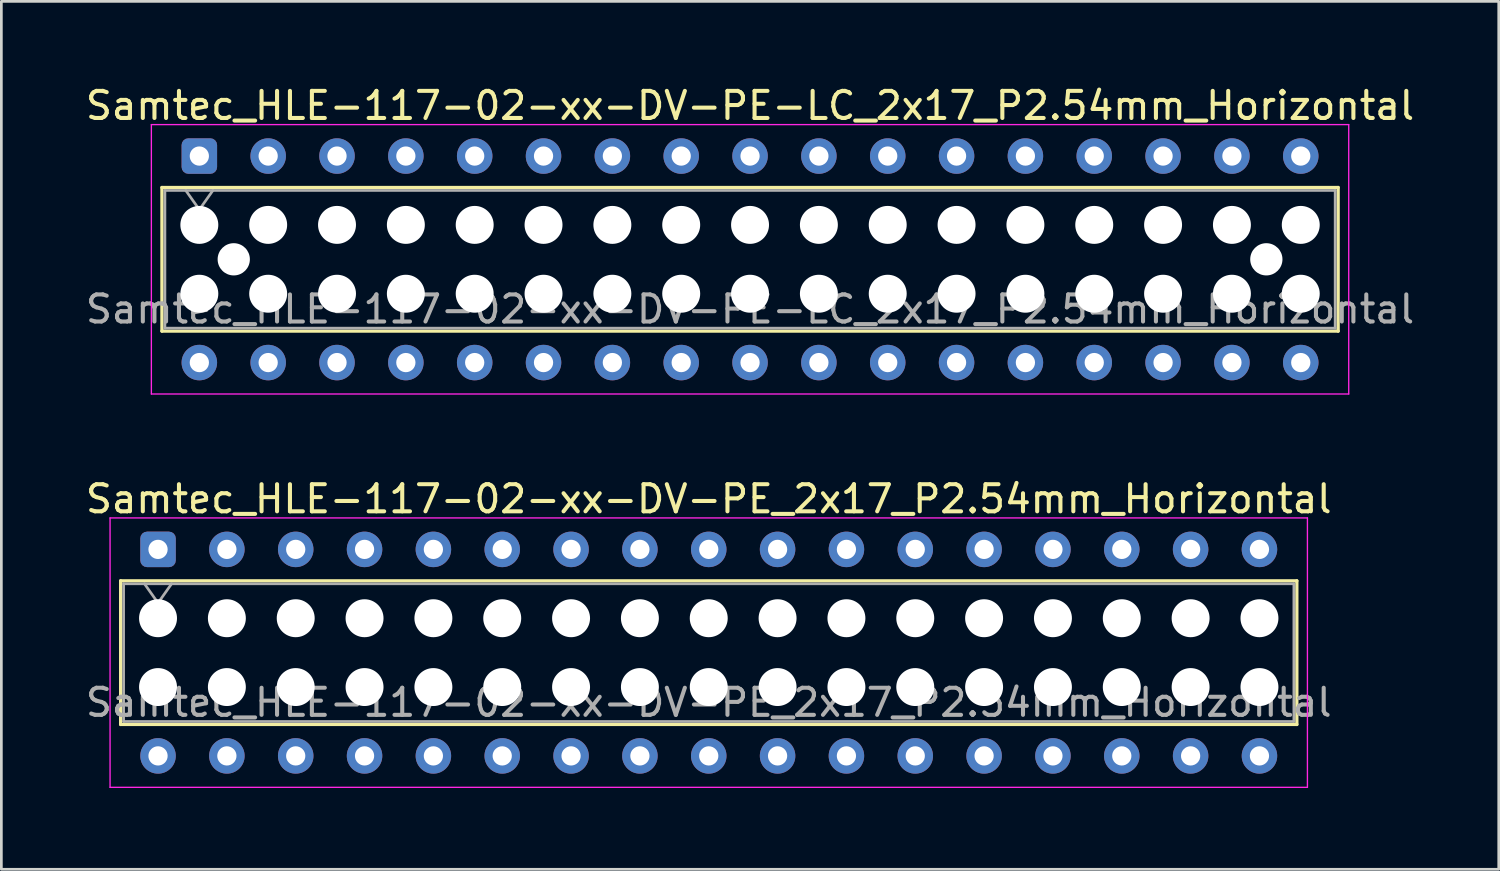
<source format=kicad_pcb>
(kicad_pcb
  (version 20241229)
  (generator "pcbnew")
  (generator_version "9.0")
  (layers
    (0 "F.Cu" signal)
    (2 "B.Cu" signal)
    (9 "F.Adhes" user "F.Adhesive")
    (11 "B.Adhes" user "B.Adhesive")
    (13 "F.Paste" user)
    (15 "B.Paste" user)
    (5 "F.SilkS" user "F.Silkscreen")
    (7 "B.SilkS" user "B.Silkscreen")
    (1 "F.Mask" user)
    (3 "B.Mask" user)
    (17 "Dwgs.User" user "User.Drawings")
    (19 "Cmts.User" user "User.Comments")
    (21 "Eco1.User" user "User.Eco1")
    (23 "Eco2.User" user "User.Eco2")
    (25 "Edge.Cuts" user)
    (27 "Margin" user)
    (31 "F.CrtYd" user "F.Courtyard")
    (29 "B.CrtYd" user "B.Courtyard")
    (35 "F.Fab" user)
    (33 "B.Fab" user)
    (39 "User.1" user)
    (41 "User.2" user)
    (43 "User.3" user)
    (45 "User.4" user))
  (footprint "Samtec_HLE-117-02-xx-DV-PE_2x17_P2.54mm_Horizontal"
    (layer "F.Cu")
    (at 2.781 17.221)
    (property "Reference" "Samtec_HLE-117-02-xx-DV-PE_2x17_P2.54mm_Horizontal" (at 20.32 -1.86 0) (layer "F.SilkS") (effects (font (size 1 1) (thickness 0.15))))
    (attr through_hole)
    (fp_line (start -1.38 1.16) (end 42.02 1.16) (stroke (width 0.12) (type solid)) (layer "F.SilkS"))
    (fp_line (start -1.38 6.46) (end -1.38 1.16) (stroke (width 0.12) (type solid)) (layer "F.SilkS"))
    (fp_line (start 42.02 1.16) (end 42.02 6.46) (stroke (width 0.12) (type solid)) (layer "F.SilkS"))
    (fp_line (start 42.02 6.46) (end -1.38 6.46) (stroke (width 0.12) (type solid)) (layer "F.SilkS"))
    (fp_line (start -1.77 -1.16) (end 42.41 -1.16) (stroke (width 0.05) (type solid)) (layer "F.CrtYd"))
    (fp_line (start -1.77 8.78) (end -1.77 -1.16) (stroke (width 0.05) (type solid)) (layer "F.CrtYd"))
    (fp_line (start 42.41 -1.16) (end 42.41 8.78) (stroke (width 0.05) (type solid)) (layer "F.CrtYd"))
    (fp_line (start 42.41 8.78) (end -1.77 8.78) (stroke (width 0.05) (type solid)) (layer "F.CrtYd"))
    (fp_line (start -1.27 1.27) (end 41.91 1.27) (stroke (width 0.1) (type solid)) (layer "F.Fab"))
    (fp_line (start -1.27 6.35) (end -1.27 1.27) (stroke (width 0.1) (type solid)) (layer "F.Fab"))
    (fp_line (start -0.5 1.27) (end 0 1.977) (stroke (width 0.1) (type solid)) (layer "F.Fab"))
    (fp_line (start 0 1.977) (end 0.5 1.27) (stroke (width 0.1) (type solid)) (layer "F.Fab"))
    (fp_line (start 41.91 1.27) (end 41.91 6.35) (stroke (width 0.1) (type solid)) (layer "F.Fab"))
    (fp_line (start 41.91 6.35) (end -1.27 6.35) (stroke (width 0.1) (type solid)) (layer "F.Fab"))
    (fp_text user "${REFERENCE}" (at 20.32 5.65 0) (layer "F.Fab") (effects (font (size 1 1) (thickness 0.15))))
    (pad "" np_thru_hole circle (at 0 2.54) (size 1.4 1.4) (drill 1.4) (layers "*.Cu" "*.Mask"))
    (pad "" np_thru_hole circle (at 0 5.08) (size 1.4 1.4) (drill 1.4) (layers "*.Cu" "*.Mask"))
    (pad "" np_thru_hole circle (at 2.54 2.54) (size 1.4 1.4) (drill 1.4) (layers "*.Cu" "*.Mask"))
    (pad "" np_thru_hole circle (at 2.54 5.08) (size 1.4 1.4) (drill 1.4) (layers "*.Cu" "*.Mask"))
    (pad "" np_thru_hole circle (at 5.08 2.54) (size 1.4 1.4) (drill 1.4) (layers "*.Cu" "*.Mask"))
    (pad "" np_thru_hole circle (at 5.08 5.08) (size 1.4 1.4) (drill 1.4) (layers "*.Cu" "*.Mask"))
    (pad "" np_thru_hole circle (at 7.62 2.54) (size 1.4 1.4) (drill 1.4) (layers "*.Cu" "*.Mask"))
    (pad "" np_thru_hole circle (at 7.62 5.08) (size 1.4 1.4) (drill 1.4) (layers "*.Cu" "*.Mask"))
    (pad "" np_thru_hole circle (at 10.16 2.54) (size 1.4 1.4) (drill 1.4) (layers "*.Cu" "*.Mask"))
    (pad "" np_thru_hole circle (at 10.16 5.08) (size 1.4 1.4) (drill 1.4) (layers "*.Cu" "*.Mask"))
    (pad "" np_thru_hole circle (at 12.7 2.54) (size 1.4 1.4) (drill 1.4) (layers "*.Cu" "*.Mask"))
    (pad "" np_thru_hole circle (at 12.7 5.08) (size 1.4 1.4) (drill 1.4) (layers "*.Cu" "*.Mask"))
    (pad "" np_thru_hole circle (at 15.24 2.54) (size 1.4 1.4) (drill 1.4) (layers "*.Cu" "*.Mask"))
    (pad "" np_thru_hole circle (at 15.24 5.08) (size 1.4 1.4) (drill 1.4) (layers "*.Cu" "*.Mask"))
    (pad "" np_thru_hole circle (at 17.78 2.54) (size 1.4 1.4) (drill 1.4) (layers "*.Cu" "*.Mask"))
    (pad "" np_thru_hole circle (at 17.78 5.08) (size 1.4 1.4) (drill 1.4) (layers "*.Cu" "*.Mask"))
    (pad "" np_thru_hole circle (at 20.32 2.54) (size 1.4 1.4) (drill 1.4) (layers "*.Cu" "*.Mask"))
    (pad "" np_thru_hole circle (at 20.32 5.08) (size 1.4 1.4) (drill 1.4) (layers "*.Cu" "*.Mask"))
    (pad "" np_thru_hole circle (at 22.86 2.54) (size 1.4 1.4) (drill 1.4) (layers "*.Cu" "*.Mask"))
    (pad "" np_thru_hole circle (at 22.86 5.08) (size 1.4 1.4) (drill 1.4) (layers "*.Cu" "*.Mask"))
    (pad "" np_thru_hole circle (at 25.4 2.54) (size 1.4 1.4) (drill 1.4) (layers "*.Cu" "*.Mask"))
    (pad "" np_thru_hole circle (at 25.4 5.08) (size 1.4 1.4) (drill 1.4) (layers "*.Cu" "*.Mask"))
    (pad "" np_thru_hole circle (at 27.94 2.54) (size 1.4 1.4) (drill 1.4) (layers "*.Cu" "*.Mask"))
    (pad "" np_thru_hole circle (at 27.94 5.08) (size 1.4 1.4) (drill 1.4) (layers "*.Cu" "*.Mask"))
    (pad "" np_thru_hole circle (at 30.48 2.54) (size 1.4 1.4) (drill 1.4) (layers "*.Cu" "*.Mask"))
    (pad "" np_thru_hole circle (at 30.48 5.08) (size 1.4 1.4) (drill 1.4) (layers "*.Cu" "*.Mask"))
    (pad "" np_thru_hole circle (at 33.02 2.54) (size 1.4 1.4) (drill 1.4) (layers "*.Cu" "*.Mask"))
    (pad "" np_thru_hole circle (at 33.02 5.08) (size 1.4 1.4) (drill 1.4) (layers "*.Cu" "*.Mask"))
    (pad "" np_thru_hole circle (at 35.56 2.54) (size 1.4 1.4) (drill 1.4) (layers "*.Cu" "*.Mask"))
    (pad "" np_thru_hole circle (at 35.56 5.08) (size 1.4 1.4) (drill 1.4) (layers "*.Cu" "*.Mask"))
    (pad "" np_thru_hole circle (at 38.1 2.54) (size 1.4 1.4) (drill 1.4) (layers "*.Cu" "*.Mask"))
    (pad "" np_thru_hole circle (at 38.1 5.08) (size 1.4 1.4) (drill 1.4) (layers "*.Cu" "*.Mask"))
    (pad "" np_thru_hole circle (at 40.64 2.54) (size 1.4 1.4) (drill 1.4) (layers "*.Cu" "*.Mask"))
    (pad "" np_thru_hole circle (at 40.64 5.08) (size 1.4 1.4) (drill 1.4) (layers "*.Cu" "*.Mask"))
    (pad "1" thru_hole roundrect (at 0 0) (size 1.31 1.31) (drill 0.71) (layers "*.Cu" "*.Mask") (roundrect_rratio 0.191))
    (pad "2" thru_hole circle (at 0 7.62) (size 1.31 1.31) (drill 0.71) (layers "*.Cu" "*.Mask"))
    (pad "3" thru_hole circle (at 2.54 0) (size 1.31 1.31) (drill 0.71) (layers "*.Cu" "*.Mask"))
    (pad "4" thru_hole circle (at 2.54 7.62) (size 1.31 1.31) (drill 0.71) (layers "*.Cu" "*.Mask"))
    (pad "5" thru_hole circle (at 5.08 0) (size 1.31 1.31) (drill 0.71) (layers "*.Cu" "*.Mask"))
    (pad "6" thru_hole circle (at 5.08 7.62) (size 1.31 1.31) (drill 0.71) (layers "*.Cu" "*.Mask"))
    (pad "7" thru_hole circle (at 7.62 0) (size 1.31 1.31) (drill 0.71) (layers "*.Cu" "*.Mask"))
    (pad "8" thru_hole circle (at 7.62 7.62) (size 1.31 1.31) (drill 0.71) (layers "*.Cu" "*.Mask"))
    (pad "9" thru_hole circle (at 10.16 0) (size 1.31 1.31) (drill 0.71) (layers "*.Cu" "*.Mask"))
    (pad "10" thru_hole circle (at 10.16 7.62) (size 1.31 1.31) (drill 0.71) (layers "*.Cu" "*.Mask"))
    (pad "11" thru_hole circle (at 12.7 0) (size 1.31 1.31) (drill 0.71) (layers "*.Cu" "*.Mask"))
    (pad "12" thru_hole circle (at 12.7 7.62) (size 1.31 1.31) (drill 0.71) (layers "*.Cu" "*.Mask"))
    (pad "13" thru_hole circle (at 15.24 0) (size 1.31 1.31) (drill 0.71) (layers "*.Cu" "*.Mask"))
    (pad "14" thru_hole circle (at 15.24 7.62) (size 1.31 1.31) (drill 0.71) (layers "*.Cu" "*.Mask"))
    (pad "15" thru_hole circle (at 17.78 0) (size 1.31 1.31) (drill 0.71) (layers "*.Cu" "*.Mask"))
    (pad "16" thru_hole circle (at 17.78 7.62) (size 1.31 1.31) (drill 0.71) (layers "*.Cu" "*.Mask"))
    (pad "17" thru_hole circle (at 20.32 0) (size 1.31 1.31) (drill 0.71) (layers "*.Cu" "*.Mask"))
    (pad "18" thru_hole circle (at 20.32 7.62) (size 1.31 1.31) (drill 0.71) (layers "*.Cu" "*.Mask"))
    (pad "19" thru_hole circle (at 22.86 0) (size 1.31 1.31) (drill 0.71) (layers "*.Cu" "*.Mask"))
    (pad "20" thru_hole circle (at 22.86 7.62) (size 1.31 1.31) (drill 0.71) (layers "*.Cu" "*.Mask"))
    (pad "21" thru_hole circle (at 25.4 0) (size 1.31 1.31) (drill 0.71) (layers "*.Cu" "*.Mask"))
    (pad "22" thru_hole circle (at 25.4 7.62) (size 1.31 1.31) (drill 0.71) (layers "*.Cu" "*.Mask"))
    (pad "23" thru_hole circle (at 27.94 0) (size 1.31 1.31) (drill 0.71) (layers "*.Cu" "*.Mask"))
    (pad "24" thru_hole circle (at 27.94 7.62) (size 1.31 1.31) (drill 0.71) (layers "*.Cu" "*.Mask"))
    (pad "25" thru_hole circle (at 30.48 0) (size 1.31 1.31) (drill 0.71) (layers "*.Cu" "*.Mask"))
    (pad "26" thru_hole circle (at 30.48 7.62) (size 1.31 1.31) (drill 0.71) (layers "*.Cu" "*.Mask"))
    (pad "27" thru_hole circle (at 33.02 0) (size 1.31 1.31) (drill 0.71) (layers "*.Cu" "*.Mask"))
    (pad "28" thru_hole circle (at 33.02 7.62) (size 1.31 1.31) (drill 0.71) (layers "*.Cu" "*.Mask"))
    (pad "29" thru_hole circle (at 35.56 0) (size 1.31 1.31) (drill 0.71) (layers "*.Cu" "*.Mask"))
    (pad "30" thru_hole circle (at 35.56 7.62) (size 1.31 1.31) (drill 0.71) (layers "*.Cu" "*.Mask"))
    (pad "31" thru_hole circle (at 38.1 0) (size 1.31 1.31) (drill 0.71) (layers "*.Cu" "*.Mask"))
    (pad "32" thru_hole circle (at 38.1 7.62) (size 1.31 1.31) (drill 0.71) (layers "*.Cu" "*.Mask"))
    (pad "33" thru_hole circle (at 40.64 0) (size 1.31 1.31) (drill 0.71) (layers "*.Cu" "*.Mask"))
    (pad "34" thru_hole circle (at 40.64 7.62) (size 1.31 1.31) (drill 0.71) (layers "*.Cu" "*.Mask")))
  (footprint "Samtec_HLE-117-02-xx-DV-PE-LC_2x17_P2.54mm_Horizontal"
    (layer "F.Cu")
    (at 4.305 2.708)
    (property "Reference" "Samtec_HLE-117-02-xx-DV-PE-LC_2x17_P2.54mm_Horizontal" (at 20.32 -1.86 0) (layer "F.SilkS") (effects (font (size 1 1) (thickness 0.15))))
    (attr through_hole)
    (fp_line (start -1.38 1.16) (end 42.02 1.16) (stroke (width 0.12) (type solid)) (layer "F.SilkS"))
    (fp_line (start -1.38 6.46) (end -1.38 1.16) (stroke (width 0.12) (type solid)) (layer "F.SilkS"))
    (fp_line (start 42.02 1.16) (end 42.02 6.46) (stroke (width 0.12) (type solid)) (layer "F.SilkS"))
    (fp_line (start 42.02 6.46) (end -1.38 6.46) (stroke (width 0.12) (type solid)) (layer "F.SilkS"))
    (fp_line (start -1.77 -1.16) (end 42.41 -1.16) (stroke (width 0.05) (type solid)) (layer "F.CrtYd"))
    (fp_line (start -1.77 8.78) (end -1.77 -1.16) (stroke (width 0.05) (type solid)) (layer "F.CrtYd"))
    (fp_line (start 42.41 -1.16) (end 42.41 8.78) (stroke (width 0.05) (type solid)) (layer "F.CrtYd"))
    (fp_line (start 42.41 8.78) (end -1.77 8.78) (stroke (width 0.05) (type solid)) (layer "F.CrtYd"))
    (fp_line (start -1.27 1.27) (end 41.91 1.27) (stroke (width 0.1) (type solid)) (layer "F.Fab"))
    (fp_line (start -1.27 6.35) (end -1.27 1.27) (stroke (width 0.1) (type solid)) (layer "F.Fab"))
    (fp_line (start -0.5 1.27) (end 0 1.977) (stroke (width 0.1) (type solid)) (layer "F.Fab"))
    (fp_line (start 0 1.977) (end 0.5 1.27) (stroke (width 0.1) (type solid)) (layer "F.Fab"))
    (fp_line (start 41.91 1.27) (end 41.91 6.35) (stroke (width 0.1) (type solid)) (layer "F.Fab"))
    (fp_line (start 41.91 6.35) (end -1.27 6.35) (stroke (width 0.1) (type solid)) (layer "F.Fab"))
    (fp_text user "${REFERENCE}" (at 20.32 5.65 0) (layer "F.Fab") (effects (font (size 1 1) (thickness 0.15))))
    (pad "" np_thru_hole circle (at 0 2.54) (size 1.4 1.4) (drill 1.4) (layers "*.Cu" "*.Mask"))
    (pad "" np_thru_hole circle (at 0 5.08) (size 1.4 1.4) (drill 1.4) (layers "*.Cu" "*.Mask"))
    (pad "" np_thru_hole circle (at 1.27 3.81) (size 1.19 1.19) (drill 1.19) (layers "*.Cu" "*.Mask"))
    (pad "" np_thru_hole circle (at 2.54 2.54) (size 1.4 1.4) (drill 1.4) (layers "*.Cu" "*.Mask"))
    (pad "" np_thru_hole circle (at 2.54 5.08) (size 1.4 1.4) (drill 1.4) (layers "*.Cu" "*.Mask"))
    (pad "" np_thru_hole circle (at 5.08 2.54) (size 1.4 1.4) (drill 1.4) (layers "*.Cu" "*.Mask"))
    (pad "" np_thru_hole circle (at 5.08 5.08) (size 1.4 1.4) (drill 1.4) (layers "*.Cu" "*.Mask"))
    (pad "" np_thru_hole circle (at 7.62 2.54) (size 1.4 1.4) (drill 1.4) (layers "*.Cu" "*.Mask"))
    (pad "" np_thru_hole circle (at 7.62 5.08) (size 1.4 1.4) (drill 1.4) (layers "*.Cu" "*.Mask"))
    (pad "" np_thru_hole circle (at 10.16 2.54) (size 1.4 1.4) (drill 1.4) (layers "*.Cu" "*.Mask"))
    (pad "" np_thru_hole circle (at 10.16 5.08) (size 1.4 1.4) (drill 1.4) (layers "*.Cu" "*.Mask"))
    (pad "" np_thru_hole circle (at 12.7 2.54) (size 1.4 1.4) (drill 1.4) (layers "*.Cu" "*.Mask"))
    (pad "" np_thru_hole circle (at 12.7 5.08) (size 1.4 1.4) (drill 1.4) (layers "*.Cu" "*.Mask"))
    (pad "" np_thru_hole circle (at 15.24 2.54) (size 1.4 1.4) (drill 1.4) (layers "*.Cu" "*.Mask"))
    (pad "" np_thru_hole circle (at 15.24 5.08) (size 1.4 1.4) (drill 1.4) (layers "*.Cu" "*.Mask"))
    (pad "" np_thru_hole circle (at 17.78 2.54) (size 1.4 1.4) (drill 1.4) (layers "*.Cu" "*.Mask"))
    (pad "" np_thru_hole circle (at 17.78 5.08) (size 1.4 1.4) (drill 1.4) (layers "*.Cu" "*.Mask"))
    (pad "" np_thru_hole circle (at 20.32 2.54) (size 1.4 1.4) (drill 1.4) (layers "*.Cu" "*.Mask"))
    (pad "" np_thru_hole circle (at 20.32 5.08) (size 1.4 1.4) (drill 1.4) (layers "*.Cu" "*.Mask"))
    (pad "" np_thru_hole circle (at 22.86 2.54) (size 1.4 1.4) (drill 1.4) (layers "*.Cu" "*.Mask"))
    (pad "" np_thru_hole circle (at 22.86 5.08) (size 1.4 1.4) (drill 1.4) (layers "*.Cu" "*.Mask"))
    (pad "" np_thru_hole circle (at 25.4 2.54) (size 1.4 1.4) (drill 1.4) (layers "*.Cu" "*.Mask"))
    (pad "" np_thru_hole circle (at 25.4 5.08) (size 1.4 1.4) (drill 1.4) (layers "*.Cu" "*.Mask"))
    (pad "" np_thru_hole circle (at 27.94 2.54) (size 1.4 1.4) (drill 1.4) (layers "*.Cu" "*.Mask"))
    (pad "" np_thru_hole circle (at 27.94 5.08) (size 1.4 1.4) (drill 1.4) (layers "*.Cu" "*.Mask"))
    (pad "" np_thru_hole circle (at 30.48 2.54) (size 1.4 1.4) (drill 1.4) (layers "*.Cu" "*.Mask"))
    (pad "" np_thru_hole circle (at 30.48 5.08) (size 1.4 1.4) (drill 1.4) (layers "*.Cu" "*.Mask"))
    (pad "" np_thru_hole circle (at 33.02 2.54) (size 1.4 1.4) (drill 1.4) (layers "*.Cu" "*.Mask"))
    (pad "" np_thru_hole circle (at 33.02 5.08) (size 1.4 1.4) (drill 1.4) (layers "*.Cu" "*.Mask"))
    (pad "" np_thru_hole circle (at 35.56 2.54) (size 1.4 1.4) (drill 1.4) (layers "*.Cu" "*.Mask"))
    (pad "" np_thru_hole circle (at 35.56 5.08) (size 1.4 1.4) (drill 1.4) (layers "*.Cu" "*.Mask"))
    (pad "" np_thru_hole circle (at 38.1 2.54) (size 1.4 1.4) (drill 1.4) (layers "*.Cu" "*.Mask"))
    (pad "" np_thru_hole circle (at 38.1 5.08) (size 1.4 1.4) (drill 1.4) (layers "*.Cu" "*.Mask"))
    (pad "" np_thru_hole circle (at 39.37 3.81) (size 1.19 1.19) (drill 1.19) (layers "*.Cu" "*.Mask"))
    (pad "" np_thru_hole circle (at 40.64 2.54) (size 1.4 1.4) (drill 1.4) (layers "*.Cu" "*.Mask"))
    (pad "" np_thru_hole circle (at 40.64 5.08) (size 1.4 1.4) (drill 1.4) (layers "*.Cu" "*.Mask"))
    (pad "1" thru_hole roundrect (at 0 0) (size 1.31 1.31) (drill 0.71) (layers "*.Cu" "*.Mask") (roundrect_rratio 0.191))
    (pad "2" thru_hole circle (at 0 7.62) (size 1.31 1.31) (drill 0.71) (layers "*.Cu" "*.Mask"))
    (pad "3" thru_hole circle (at 2.54 0) (size 1.31 1.31) (drill 0.71) (layers "*.Cu" "*.Mask"))
    (pad "4" thru_hole circle (at 2.54 7.62) (size 1.31 1.31) (drill 0.71) (layers "*.Cu" "*.Mask"))
    (pad "5" thru_hole circle (at 5.08 0) (size 1.31 1.31) (drill 0.71) (layers "*.Cu" "*.Mask"))
    (pad "6" thru_hole circle (at 5.08 7.62) (size 1.31 1.31) (drill 0.71) (layers "*.Cu" "*.Mask"))
    (pad "7" thru_hole circle (at 7.62 0) (size 1.31 1.31) (drill 0.71) (layers "*.Cu" "*.Mask"))
    (pad "8" thru_hole circle (at 7.62 7.62) (size 1.31 1.31) (drill 0.71) (layers "*.Cu" "*.Mask"))
    (pad "9" thru_hole circle (at 10.16 0) (size 1.31 1.31) (drill 0.71) (layers "*.Cu" "*.Mask"))
    (pad "10" thru_hole circle (at 10.16 7.62) (size 1.31 1.31) (drill 0.71) (layers "*.Cu" "*.Mask"))
    (pad "11" thru_hole circle (at 12.7 0) (size 1.31 1.31) (drill 0.71) (layers "*.Cu" "*.Mask"))
    (pad "12" thru_hole circle (at 12.7 7.62) (size 1.31 1.31) (drill 0.71) (layers "*.Cu" "*.Mask"))
    (pad "13" thru_hole circle (at 15.24 0) (size 1.31 1.31) (drill 0.71) (layers "*.Cu" "*.Mask"))
    (pad "14" thru_hole circle (at 15.24 7.62) (size 1.31 1.31) (drill 0.71) (layers "*.Cu" "*.Mask"))
    (pad "15" thru_hole circle (at 17.78 0) (size 1.31 1.31) (drill 0.71) (layers "*.Cu" "*.Mask"))
    (pad "16" thru_hole circle (at 17.78 7.62) (size 1.31 1.31) (drill 0.71) (layers "*.Cu" "*.Mask"))
    (pad "17" thru_hole circle (at 20.32 0) (size 1.31 1.31) (drill 0.71) (layers "*.Cu" "*.Mask"))
    (pad "18" thru_hole circle (at 20.32 7.62) (size 1.31 1.31) (drill 0.71) (layers "*.Cu" "*.Mask"))
    (pad "19" thru_hole circle (at 22.86 0) (size 1.31 1.31) (drill 0.71) (layers "*.Cu" "*.Mask"))
    (pad "20" thru_hole circle (at 22.86 7.62) (size 1.31 1.31) (drill 0.71) (layers "*.Cu" "*.Mask"))
    (pad "21" thru_hole circle (at 25.4 0) (size 1.31 1.31) (drill 0.71) (layers "*.Cu" "*.Mask"))
    (pad "22" thru_hole circle (at 25.4 7.62) (size 1.31 1.31) (drill 0.71) (layers "*.Cu" "*.Mask"))
    (pad "23" thru_hole circle (at 27.94 0) (size 1.31 1.31) (drill 0.71) (layers "*.Cu" "*.Mask"))
    (pad "24" thru_hole circle (at 27.94 7.62) (size 1.31 1.31) (drill 0.71) (layers "*.Cu" "*.Mask"))
    (pad "25" thru_hole circle (at 30.48 0) (size 1.31 1.31) (drill 0.71) (layers "*.Cu" "*.Mask"))
    (pad "26" thru_hole circle (at 30.48 7.62) (size 1.31 1.31) (drill 0.71) (layers "*.Cu" "*.Mask"))
    (pad "27" thru_hole circle (at 33.02 0) (size 1.31 1.31) (drill 0.71) (layers "*.Cu" "*.Mask"))
    (pad "28" thru_hole circle (at 33.02 7.62) (size 1.31 1.31) (drill 0.71) (layers "*.Cu" "*.Mask"))
    (pad "29" thru_hole circle (at 35.56 0) (size 1.31 1.31) (drill 0.71) (layers "*.Cu" "*.Mask"))
    (pad "30" thru_hole circle (at 35.56 7.62) (size 1.31 1.31) (drill 0.71) (layers "*.Cu" "*.Mask"))
    (pad "31" thru_hole circle (at 38.1 0) (size 1.31 1.31) (drill 0.71) (layers "*.Cu" "*.Mask"))
    (pad "32" thru_hole circle (at 38.1 7.62) (size 1.31 1.31) (drill 0.71) (layers "*.Cu" "*.Mask"))
    (pad "33" thru_hole circle (at 40.64 0) (size 1.31 1.31) (drill 0.71) (layers "*.Cu" "*.Mask"))
    (pad "34" thru_hole circle (at 40.64 7.62) (size 1.31 1.31) (drill 0.71) (layers "*.Cu" "*.Mask")))
  (gr_rect
    (start -3 -3)
    (end 52.25 29.026)
    (stroke (width 0.1) (type default))
    (fill no)
    (layer "Edge.Cuts")))
</source>
